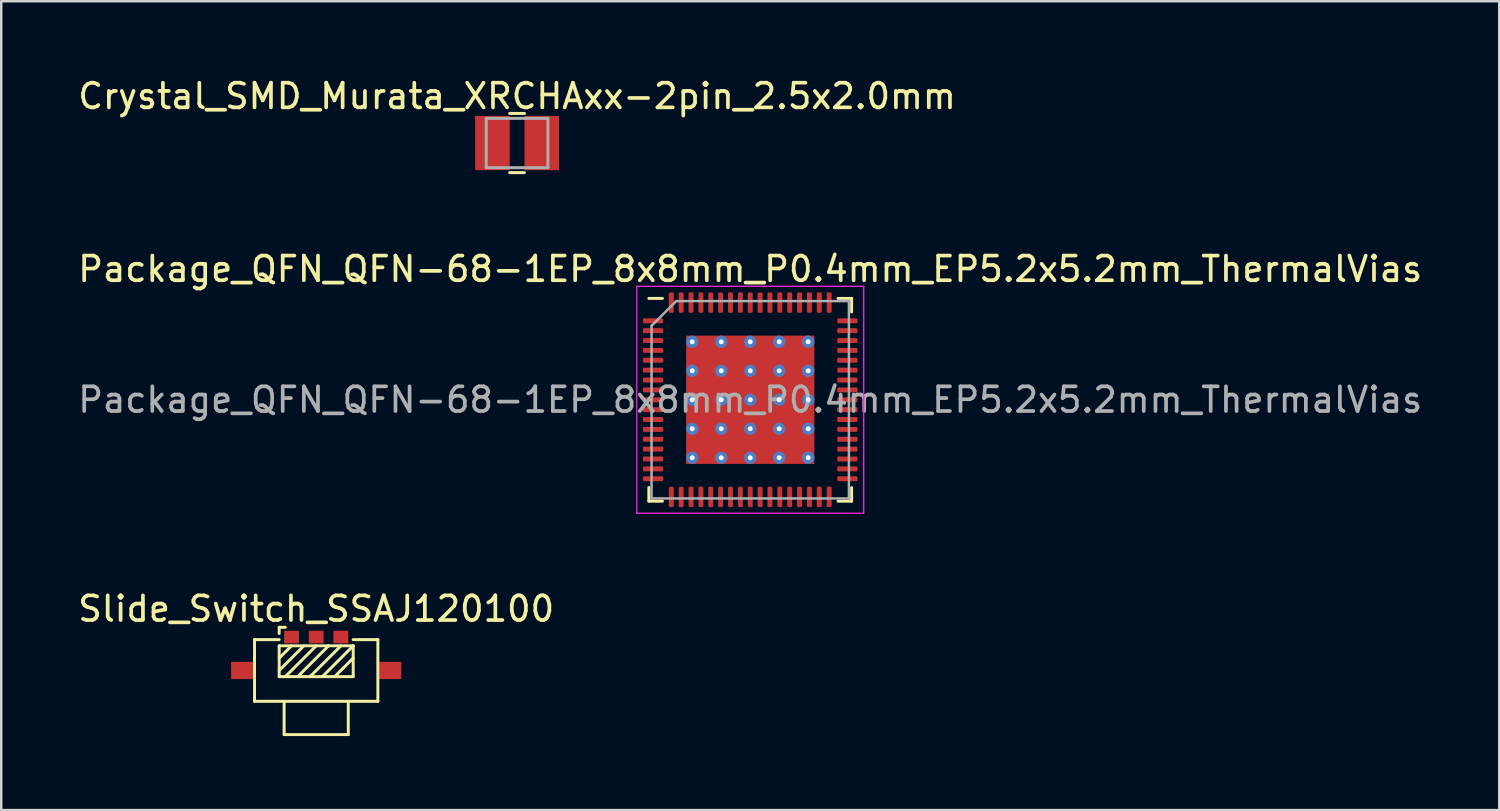
<source format=kicad_pcb>
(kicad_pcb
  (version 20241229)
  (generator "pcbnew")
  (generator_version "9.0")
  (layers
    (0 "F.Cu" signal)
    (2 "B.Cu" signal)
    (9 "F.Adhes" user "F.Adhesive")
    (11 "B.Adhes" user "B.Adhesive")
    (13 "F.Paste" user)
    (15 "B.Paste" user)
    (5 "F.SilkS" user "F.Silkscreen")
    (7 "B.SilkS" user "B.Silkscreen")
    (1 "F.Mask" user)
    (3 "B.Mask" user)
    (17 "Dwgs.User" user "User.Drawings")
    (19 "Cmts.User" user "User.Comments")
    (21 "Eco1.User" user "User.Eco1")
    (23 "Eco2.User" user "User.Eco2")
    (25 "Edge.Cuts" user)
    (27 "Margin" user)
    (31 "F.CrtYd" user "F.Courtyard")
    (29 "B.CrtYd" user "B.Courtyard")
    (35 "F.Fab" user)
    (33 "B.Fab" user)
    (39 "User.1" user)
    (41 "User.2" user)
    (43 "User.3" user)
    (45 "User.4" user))
  (footprint "Package_QFN_QFN-68-1EP_8x8mm_P0.4mm_EP5.2x5.2mm_ThermalVias"
    (layer "F.Cu")
    (at 27.363 13.156)
    (property "Reference" "Package_QFN_QFN-68-1EP_8x8mm_P0.4mm_EP5.2x5.2mm_ThermalVias" (at 0 -5.3 0) (layer "F.SilkS") (effects (font (size 1 1) (thickness 0.15))))
    (attr smd)
    (fp_line (start -4.11 4.11) (end -4.11 3.56) (stroke (width 0.12) (type solid)) (layer "F.SilkS"))
    (fp_line (start -3.56 -4.11) (end -4.11 -4.11) (stroke (width 0.12) (type solid)) (layer "F.SilkS"))
    (fp_line (start -3.56 4.11) (end -4.11 4.11) (stroke (width 0.12) (type solid)) (layer "F.SilkS"))
    (fp_line (start 3.56 -4.11) (end 4.11 -4.11) (stroke (width 0.12) (type solid)) (layer "F.SilkS"))
    (fp_line (start 3.56 4.11) (end 4.11 4.11) (stroke (width 0.12) (type solid)) (layer "F.SilkS"))
    (fp_line (start 4.11 -4.11) (end 4.11 -3.56) (stroke (width 0.12) (type solid)) (layer "F.SilkS"))
    (fp_line (start 4.11 4.11) (end 4.11 3.56) (stroke (width 0.12) (type solid)) (layer "F.SilkS"))
    (fp_line (start -4.6 -4.6) (end -4.6 4.6) (stroke (width 0.05) (type solid)) (layer "F.CrtYd"))
    (fp_line (start -4.6 4.6) (end 4.6 4.6) (stroke (width 0.05) (type solid)) (layer "F.CrtYd"))
    (fp_line (start 4.6 -4.6) (end -4.6 -4.6) (stroke (width 0.05) (type solid)) (layer "F.CrtYd"))
    (fp_line (start 4.6 4.6) (end 4.6 -4.6) (stroke (width 0.05) (type solid)) (layer "F.CrtYd"))
    (fp_line (start -4 -3) (end -3 -4) (stroke (width 0.1) (type solid)) (layer "F.Fab"))
    (fp_line (start -4 4) (end -4 -3) (stroke (width 0.1) (type solid)) (layer "F.Fab"))
    (fp_line (start -3 -4) (end 4 -4) (stroke (width 0.1) (type solid)) (layer "F.Fab"))
    (fp_line (start 4 -4) (end 4 4) (stroke (width 0.1) (type solid)) (layer "F.Fab"))
    (fp_line (start 4 4) (end -4 4) (stroke (width 0.1) (type solid)) (layer "F.Fab"))
    (fp_text user "${REFERENCE}" (at 0 0 0) (layer "F.Fab") (effects (font (size 1 1) (thickness 0.15))))
    (pad "" smd roundrect (at -1.762 -1.762) (size 1.007 1.007) (layers "F.Paste") (roundrect_rratio 0.248))
    (pad "" smd roundrect (at -1.762 -0.588) (size 1.007 1.007) (layers "F.Paste") (roundrect_rratio 0.248))
    (pad "" smd roundrect (at -1.762 0.588) (size 1.007 1.007) (layers "F.Paste") (roundrect_rratio 0.248))
    (pad "" smd roundrect (at -1.762 1.762) (size 1.007 1.007) (layers "F.Paste") (roundrect_rratio 0.248))
    (pad "" smd roundrect (at -0.588 -1.762) (size 1.007 1.007) (layers "F.Paste") (roundrect_rratio 0.248))
    (pad "" smd roundrect (at -0.588 -0.588) (size 1.007 1.007) (layers "F.Paste") (roundrect_rratio 0.248))
    (pad "" smd roundrect (at -0.588 0.588) (size 1.007 1.007) (layers "F.Paste") (roundrect_rratio 0.248))
    (pad "" smd roundrect (at -0.588 1.762) (size 1.007 1.007) (layers "F.Paste") (roundrect_rratio 0.248))
    (pad "" smd roundrect (at 0.588 -1.762) (size 1.007 1.007) (layers "F.Paste") (roundrect_rratio 0.248))
    (pad "" smd roundrect (at 0.588 -0.588) (size 1.007 1.007) (layers "F.Paste") (roundrect_rratio 0.248))
    (pad "" smd roundrect (at 0.588 0.588) (size 1.007 1.007) (layers "F.Paste") (roundrect_rratio 0.248))
    (pad "" smd roundrect (at 0.588 1.762) (size 1.007 1.007) (layers "F.Paste") (roundrect_rratio 0.248))
    (pad "" smd roundrect (at 1.762 -1.762) (size 1.007 1.007) (layers "F.Paste") (roundrect_rratio 0.248))
    (pad "" smd roundrect (at 1.762 -0.588) (size 1.007 1.007) (layers "F.Paste") (roundrect_rratio 0.248))
    (pad "" smd roundrect (at 1.762 0.588) (size 1.007 1.007) (layers "F.Paste") (roundrect_rratio 0.248))
    (pad "" smd roundrect (at 1.762 1.762) (size 1.007 1.007) (layers "F.Paste") (roundrect_rratio 0.248))
    (pad "1" smd roundrect (at -3.938 -3.2) (size 0.825 0.2) (layers "F.Cu" "F.Mask" "F.Paste") (roundrect_rratio 0.25))
    (pad "2" smd roundrect (at -3.938 -2.8) (size 0.825 0.2) (layers "F.Cu" "F.Mask" "F.Paste") (roundrect_rratio 0.25))
    (pad "3" smd roundrect (at -3.938 -2.4) (size 0.825 0.2) (layers "F.Cu" "F.Mask" "F.Paste") (roundrect_rratio 0.25))
    (pad "4" smd roundrect (at -3.938 -2) (size 0.825 0.2) (layers "F.Cu" "F.Mask" "F.Paste") (roundrect_rratio 0.25))
    (pad "5" smd roundrect (at -3.938 -1.6) (size 0.825 0.2) (layers "F.Cu" "F.Mask" "F.Paste") (roundrect_rratio 0.25))
    (pad "6" smd roundrect (at -3.938 -1.2) (size 0.825 0.2) (layers "F.Cu" "F.Mask" "F.Paste") (roundrect_rratio 0.25))
    (pad "7" smd roundrect (at -3.938 -0.8) (size 0.825 0.2) (layers "F.Cu" "F.Mask" "F.Paste") (roundrect_rratio 0.25))
    (pad "8" smd roundrect (at -3.938 -0.4) (size 0.825 0.2) (layers "F.Cu" "F.Mask" "F.Paste") (roundrect_rratio 0.25))
    (pad "9" smd roundrect (at -3.938 0) (size 0.825 0.2) (layers "F.Cu" "F.Mask" "F.Paste") (roundrect_rratio 0.25))
    (pad "10" smd roundrect (at -3.938 0.4) (size 0.825 0.2) (layers "F.Cu" "F.Mask" "F.Paste") (roundrect_rratio 0.25))
    (pad "11" smd roundrect (at -3.938 0.8) (size 0.825 0.2) (layers "F.Cu" "F.Mask" "F.Paste") (roundrect_rratio 0.25))
    (pad "12" smd roundrect (at -3.938 1.2) (size 0.825 0.2) (layers "F.Cu" "F.Mask" "F.Paste") (roundrect_rratio 0.25))
    (pad "13" smd roundrect (at -3.938 1.6) (size 0.825 0.2) (layers "F.Cu" "F.Mask" "F.Paste") (roundrect_rratio 0.25))
    (pad "14" smd roundrect (at -3.938 2) (size 0.825 0.2) (layers "F.Cu" "F.Mask" "F.Paste") (roundrect_rratio 0.25))
    (pad "15" smd roundrect (at -3.938 2.4) (size 0.825 0.2) (layers "F.Cu" "F.Mask" "F.Paste") (roundrect_rratio 0.25))
    (pad "16" smd roundrect (at -3.938 2.8) (size 0.825 0.2) (layers "F.Cu" "F.Mask" "F.Paste") (roundrect_rratio 0.25))
    (pad "17" smd roundrect (at -3.938 3.2) (size 0.825 0.2) (layers "F.Cu" "F.Mask" "F.Paste") (roundrect_rratio 0.25))
    (pad "18" smd roundrect (at -3.2 3.938) (size 0.2 0.825) (layers "F.Cu" "F.Mask" "F.Paste") (roundrect_rratio 0.25))
    (pad "19" smd roundrect (at -2.8 3.938) (size 0.2 0.825) (layers "F.Cu" "F.Mask" "F.Paste") (roundrect_rratio 0.25))
    (pad "20" smd roundrect (at -2.4 3.938) (size 0.2 0.825) (layers "F.Cu" "F.Mask" "F.Paste") (roundrect_rratio 0.25))
    (pad "21" smd roundrect (at -2 3.938) (size 0.2 0.825) (layers "F.Cu" "F.Mask" "F.Paste") (roundrect_rratio 0.25))
    (pad "22" smd roundrect (at -1.6 3.938) (size 0.2 0.825) (layers "F.Cu" "F.Mask" "F.Paste") (roundrect_rratio 0.25))
    (pad "23" smd roundrect (at -1.2 3.938) (size 0.2 0.825) (layers "F.Cu" "F.Mask" "F.Paste") (roundrect_rratio 0.25))
    (pad "24" smd roundrect (at -0.8 3.938) (size 0.2 0.825) (layers "F.Cu" "F.Mask" "F.Paste") (roundrect_rratio 0.25))
    (pad "25" smd roundrect (at -0.4 3.938) (size 0.2 0.825) (layers "F.Cu" "F.Mask" "F.Paste") (roundrect_rratio 0.25))
    (pad "26" smd roundrect (at 0 3.938) (size 0.2 0.825) (layers "F.Cu" "F.Mask" "F.Paste") (roundrect_rratio 0.25))
    (pad "27" smd roundrect (at 0.4 3.938) (size 0.2 0.825) (layers "F.Cu" "F.Mask" "F.Paste") (roundrect_rratio 0.25))
    (pad "28" smd roundrect (at 0.8 3.938) (size 0.2 0.825) (layers "F.Cu" "F.Mask" "F.Paste") (roundrect_rratio 0.25))
    (pad "29" smd roundrect (at 1.2 3.938) (size 0.2 0.825) (layers "F.Cu" "F.Mask" "F.Paste") (roundrect_rratio 0.25))
    (pad "30" smd roundrect (at 1.6 3.938) (size 0.2 0.825) (layers "F.Cu" "F.Mask" "F.Paste") (roundrect_rratio 0.25))
    (pad "31" smd roundrect (at 2 3.938) (size 0.2 0.825) (layers "F.Cu" "F.Mask" "F.Paste") (roundrect_rratio 0.25))
    (pad "32" smd roundrect (at 2.4 3.938) (size 0.2 0.825) (layers "F.Cu" "F.Mask" "F.Paste") (roundrect_rratio 0.25))
    (pad "33" smd roundrect (at 2.8 3.938) (size 0.2 0.825) (layers "F.Cu" "F.Mask" "F.Paste") (roundrect_rratio 0.25))
    (pad "34" smd roundrect (at 3.2 3.938) (size 0.2 0.825) (layers "F.Cu" "F.Mask" "F.Paste") (roundrect_rratio 0.25))
    (pad "35" smd roundrect (at 3.938 3.2) (size 0.825 0.2) (layers "F.Cu" "F.Mask" "F.Paste") (roundrect_rratio 0.25))
    (pad "36" smd roundrect (at 3.938 2.8) (size 0.825 0.2) (layers "F.Cu" "F.Mask" "F.Paste") (roundrect_rratio 0.25))
    (pad "37" smd roundrect (at 3.938 2.4) (size 0.825 0.2) (layers "F.Cu" "F.Mask" "F.Paste") (roundrect_rratio 0.25))
    (pad "38" smd roundrect (at 3.938 2) (size 0.825 0.2) (layers "F.Cu" "F.Mask" "F.Paste") (roundrect_rratio 0.25))
    (pad "39" smd roundrect (at 3.938 1.6) (size 0.825 0.2) (layers "F.Cu" "F.Mask" "F.Paste") (roundrect_rratio 0.25))
    (pad "40" smd roundrect (at 3.938 1.2) (size 0.825 0.2) (layers "F.Cu" "F.Mask" "F.Paste") (roundrect_rratio 0.25))
    (pad "41" smd roundrect (at 3.938 0.8) (size 0.825 0.2) (layers "F.Cu" "F.Mask" "F.Paste") (roundrect_rratio 0.25))
    (pad "42" smd roundrect (at 3.938 0.4) (size 0.825 0.2) (layers "F.Cu" "F.Mask" "F.Paste") (roundrect_rratio 0.25))
    (pad "43" smd roundrect (at 3.938 0) (size 0.825 0.2) (layers "F.Cu" "F.Mask" "F.Paste") (roundrect_rratio 0.25))
    (pad "44" smd roundrect (at 3.938 -0.4) (size 0.825 0.2) (layers "F.Cu" "F.Mask" "F.Paste") (roundrect_rratio 0.25))
    (pad "45" smd roundrect (at 3.938 -0.8) (size 0.825 0.2) (layers "F.Cu" "F.Mask" "F.Paste") (roundrect_rratio 0.25))
    (pad "46" smd roundrect (at 3.938 -1.2) (size 0.825 0.2) (layers "F.Cu" "F.Mask" "F.Paste") (roundrect_rratio 0.25))
    (pad "47" smd roundrect (at 3.938 -1.6) (size 0.825 0.2) (layers "F.Cu" "F.Mask" "F.Paste") (roundrect_rratio 0.25))
    (pad "48" smd roundrect (at 3.938 -2) (size 0.825 0.2) (layers "F.Cu" "F.Mask" "F.Paste") (roundrect_rratio 0.25))
    (pad "49" smd roundrect (at 3.938 -2.4) (size 0.825 0.2) (layers "F.Cu" "F.Mask" "F.Paste") (roundrect_rratio 0.25))
    (pad "50" smd roundrect (at 3.938 -2.8) (size 0.825 0.2) (layers "F.Cu" "F.Mask" "F.Paste") (roundrect_rratio 0.25))
    (pad "51" smd roundrect (at 3.938 -3.2) (size 0.825 0.2) (layers "F.Cu" "F.Mask" "F.Paste") (roundrect_rratio 0.25))
    (pad "52" smd roundrect (at 3.2 -3.938) (size 0.2 0.825) (layers "F.Cu" "F.Mask" "F.Paste") (roundrect_rratio 0.25))
    (pad "53" smd roundrect (at 2.8 -3.938) (size 0.2 0.825) (layers "F.Cu" "F.Mask" "F.Paste") (roundrect_rratio 0.25))
    (pad "54" smd roundrect (at 2.4 -3.938) (size 0.2 0.825) (layers "F.Cu" "F.Mask" "F.Paste") (roundrect_rratio 0.25))
    (pad "55" smd roundrect (at 2 -3.938) (size 0.2 0.825) (layers "F.Cu" "F.Mask" "F.Paste") (roundrect_rratio 0.25))
    (pad "56" smd roundrect (at 1.6 -3.938) (size 0.2 0.825) (layers "F.Cu" "F.Mask" "F.Paste") (roundrect_rratio 0.25))
    (pad "57" smd roundrect (at 1.2 -3.938) (size 0.2 0.825) (layers "F.Cu" "F.Mask" "F.Paste") (roundrect_rratio 0.25))
    (pad "58" smd roundrect (at 0.8 -3.938) (size 0.2 0.825) (layers "F.Cu" "F.Mask" "F.Paste") (roundrect_rratio 0.25))
    (pad "59" smd roundrect (at 0.4 -3.938) (size 0.2 0.825) (layers "F.Cu" "F.Mask" "F.Paste") (roundrect_rratio 0.25))
    (pad "60" smd roundrect (at 0 -3.938) (size 0.2 0.825) (layers "F.Cu" "F.Mask" "F.Paste") (roundrect_rratio 0.25))
    (pad "61" smd roundrect (at -0.4 -3.938) (size 0.2 0.825) (layers "F.Cu" "F.Mask" "F.Paste") (roundrect_rratio 0.25))
    (pad "62" smd roundrect (at -0.8 -3.938) (size 0.2 0.825) (layers "F.Cu" "F.Mask" "F.Paste") (roundrect_rratio 0.25))
    (pad "63" smd roundrect (at -1.2 -3.938) (size 0.2 0.825) (layers "F.Cu" "F.Mask" "F.Paste") (roundrect_rratio 0.25))
    (pad "64" smd roundrect (at -1.6 -3.938) (size 0.2 0.825) (layers "F.Cu" "F.Mask" "F.Paste") (roundrect_rratio 0.25))
    (pad "65" smd roundrect (at -2 -3.938) (size 0.2 0.825) (layers "F.Cu" "F.Mask" "F.Paste") (roundrect_rratio 0.25))
    (pad "66" smd roundrect (at -2.4 -3.938) (size 0.2 0.825) (layers "F.Cu" "F.Mask" "F.Paste") (roundrect_rratio 0.25))
    (pad "67" smd roundrect (at -2.8 -3.938) (size 0.2 0.825) (layers "F.Cu" "F.Mask" "F.Paste") (roundrect_rratio 0.25))
    (pad "68" smd roundrect (at -3.2 -3.938) (size 0.2 0.825) (layers "F.Cu" "F.Mask" "F.Paste") (roundrect_rratio 0.25))
    (pad "69" thru_hole circle (at -2.35 -2.35) (size 0.5 0.5) (drill 0.2) (layers "*.Cu"))
    (pad "69" thru_hole circle (at -2.35 -1.175) (size 0.5 0.5) (drill 0.2) (layers "*.Cu"))
    (pad "69" thru_hole circle (at -2.35 0) (size 0.5 0.5) (drill 0.2) (layers "*.Cu"))
    (pad "69" thru_hole circle (at -2.35 1.175) (size 0.5 0.5) (drill 0.2) (layers "*.Cu"))
    (pad "69" thru_hole circle (at -2.35 2.35) (size 0.5 0.5) (drill 0.2) (layers "*.Cu"))
    (pad "69" thru_hole circle (at -1.175 -2.35) (size 0.5 0.5) (drill 0.2) (layers "*.Cu"))
    (pad "69" thru_hole circle (at -1.175 -1.175) (size 0.5 0.5) (drill 0.2) (layers "*.Cu"))
    (pad "69" thru_hole circle (at -1.175 0) (size 0.5 0.5) (drill 0.2) (layers "*.Cu"))
    (pad "69" thru_hole circle (at -1.175 1.175) (size 0.5 0.5) (drill 0.2) (layers "*.Cu"))
    (pad "69" thru_hole circle (at -1.175 2.35) (size 0.5 0.5) (drill 0.2) (layers "*.Cu"))
    (pad "69" thru_hole circle (at 0 -2.35) (size 0.5 0.5) (drill 0.2) (layers "*.Cu"))
    (pad "69" thru_hole circle (at 0 -1.175) (size 0.5 0.5) (drill 0.2) (layers "*.Cu"))
    (pad "69" thru_hole circle (at 0 0) (size 0.5 0.5) (drill 0.2) (layers "*.Cu"))
    (pad "69" smd rect (at 0 0) (size 5.2 5.2) (layers "F.Cu" "F.Mask"))
    (pad "69" thru_hole circle (at 0 1.175) (size 0.5 0.5) (drill 0.2) (layers "*.Cu"))
    (pad "69" thru_hole circle (at 0 2.35) (size 0.5 0.5) (drill 0.2) (layers "*.Cu"))
    (pad "69" thru_hole circle (at 1.175 -2.35) (size 0.5 0.5) (drill 0.2) (layers "*.Cu"))
    (pad "69" thru_hole circle (at 1.175 -1.175) (size 0.5 0.5) (drill 0.2) (layers "*.Cu"))
    (pad "69" thru_hole circle (at 1.175 0) (size 0.5 0.5) (drill 0.2) (layers "*.Cu"))
    (pad "69" thru_hole circle (at 1.175 1.175) (size 0.5 0.5) (drill 0.2) (layers "*.Cu"))
    (pad "69" thru_hole circle (at 1.175 2.35) (size 0.5 0.5) (drill 0.2) (layers "*.Cu"))
    (pad "69" thru_hole circle (at 2.35 -2.35) (size 0.5 0.5) (drill 0.2) (layers "*.Cu"))
    (pad "69" thru_hole circle (at 2.35 -1.175) (size 0.5 0.5) (drill 0.2) (layers "*.Cu"))
    (pad "69" thru_hole circle (at 2.35 0) (size 0.5 0.5) (drill 0.2) (layers "*.Cu"))
    (pad "69" thru_hole circle (at 2.35 1.175) (size 0.5 0.5) (drill 0.2) (layers "*.Cu"))
    (pad "69" thru_hole circle (at 2.35 2.35) (size 0.5 0.5) (drill 0.2) (layers "*.Cu")))
  (footprint "Slide_Switch_SSAJ120100"
    (layer "F.Cu")
    (at 9.768 24.13)
    (property "Reference" "Slide_Switch_SSAJ120100" (at 0 -2.5 0) (layer "F.SilkS") (effects (font (size 1 1) (thickness 0.15))))
    (attr through_hole)
    (fp_line (start -2.5 -1.25) (end -1.5 -1.25) (stroke (width 0.12) (type solid)) (layer "F.SilkS"))
    (fp_line (start -2.5 1.25) (end -2.5 -1.25) (stroke (width 0.12) (type solid)) (layer "F.SilkS"))
    (fp_line (start -1.5 -1.75) (end -1.5 -1.5) (stroke (width 0.12) (type solid)) (layer "F.SilkS"))
    (fp_line (start -1.5 -1) (end 1.5 -1) (stroke (width 0.12) (type solid)) (layer "F.SilkS"))
    (fp_line (start -1.5 0.25) (end -1.5 -1) (stroke (width 0.12) (type solid)) (layer "F.SilkS"))
    (fp_line (start -1.3 2.6) (end -1.3 1.3) (stroke (width 0.12) (type solid)) (layer "F.SilkS"))
    (fp_line (start -1.25 -1.75) (end -1.5 -1.75) (stroke (width 0.12) (type solid)) (layer "F.SilkS"))
    (fp_line (start -1 -1) (end -1.5 -0.5) (stroke (width 0.12) (type solid)) (layer "F.SilkS"))
    (fp_line (start -0.5 -1) (end -1.5 0) (stroke (width 0.12) (type solid)) (layer "F.SilkS"))
    (fp_line (start 0 -1) (end -1.25 0.25) (stroke (width 0.12) (type solid)) (layer "F.SilkS"))
    (fp_line (start 0.5 -1) (end -0.75 0.25) (stroke (width 0.12) (type solid)) (layer "F.SilkS"))
    (fp_line (start 1 -1) (end -0.25 0.25) (stroke (width 0.12) (type solid)) (layer "F.SilkS"))
    (fp_line (start 1.3 1.3) (end 1.3 2.6) (stroke (width 0.12) (type solid)) (layer "F.SilkS"))
    (fp_line (start 1.3 2.6) (end -1.3 2.6) (stroke (width 0.12) (type solid)) (layer "F.SilkS"))
    (fp_line (start 1.5 -1.25) (end 2.5 -1.25) (stroke (width 0.12) (type solid)) (layer "F.SilkS"))
    (fp_line (start 1.5 -1) (end 0.25 0.25) (stroke (width 0.12) (type solid)) (layer "F.SilkS"))
    (fp_line (start 1.5 -1) (end 1.5 0.25) (stroke (width 0.12) (type solid)) (layer "F.SilkS"))
    (fp_line (start 1.5 -0.5) (end 0.75 0.25) (stroke (width 0.12) (type solid)) (layer "F.SilkS"))
    (fp_line (start 1.5 0.25) (end -1.5 0.25) (stroke (width 0.12) (type solid)) (layer "F.SilkS"))
    (fp_line (start 2.5 -1.25) (end 2.5 1.25) (stroke (width 0.12) (type solid)) (layer "F.SilkS"))
    (fp_line (start 2.5 1.25) (end -2.5 1.25) (stroke (width 0.12) (type solid)) (layer "F.SilkS"))
    (pad "1" smd rect (at -1 -1.355) (size 0.6 0.51) (layers "F.Cu" "F.Mask" "F.Paste"))
    (pad "2" smd rect (at 0 -1.355) (size 0.6 0.51) (layers "F.Cu" "F.Mask" "F.Paste"))
    (pad "3" smd rect (at 1 -1.355) (size 0.6 0.51) (layers "F.Cu" "F.Mask" "F.Paste"))
    (pad "MP" smd rect (at -3 0) (size 0.9 0.7) (layers "F.Cu" "F.Mask" "F.Paste"))
    (pad "MP" smd rect (at 3 0) (size 0.9 0.7) (layers "F.Cu" "F.Mask" "F.Paste")))
  (footprint "Crystal_SMD_Murata_XRCHAxx-2pin_2.5x2.0mm"
    (layer "F.Cu")
    (at 17.911 2.748)
    (property "Reference" "Crystal_SMD_Murata_XRCHAxx-2pin_2.5x2.0mm" (at 0 -1.9 0) (layer "F.SilkS") (effects (font (size 1 1) (thickness 0.15))))
    (attr through_hole)
    (fp_line (start -0.3 -1.2) (end 0.3 -1.2) (stroke (width 0.12) (type solid)) (layer "F.SilkS"))
    (fp_line (start -0.3 1.2) (end 0.3 1.2) (stroke (width 0.12) (type solid)) (layer "F.SilkS"))
    (fp_line (start -1.25 -1) (end -1.25 1) (stroke (width 0.12) (type solid)) (layer "F.Fab"))
    (fp_line (start -1.25 -1) (end 1.25 -1) (stroke (width 0.12) (type solid)) (layer "F.Fab"))
    (fp_line (start -1.25 1) (end 1.25 1) (stroke (width 0.12) (type solid)) (layer "F.Fab"))
    (fp_line (start 1.25 -1) (end 1.25 1) (stroke (width 0.12) (type solid)) (layer "F.Fab"))
    (pad "1" smd rect (at 1 0) (size 1.4 2.2) (layers "F.Cu" "F.Mask" "F.Paste"))
    (pad "2" smd rect (at -1 0) (size 1.4 2.2) (layers "F.Cu" "F.Mask" "F.Paste")))
  (gr_rect
    (start -3 -3)
    (end 57.726 29.79)
    (stroke (width 0.1) (type default))
    (fill no)
    (layer "Edge.Cuts")))
</source>
